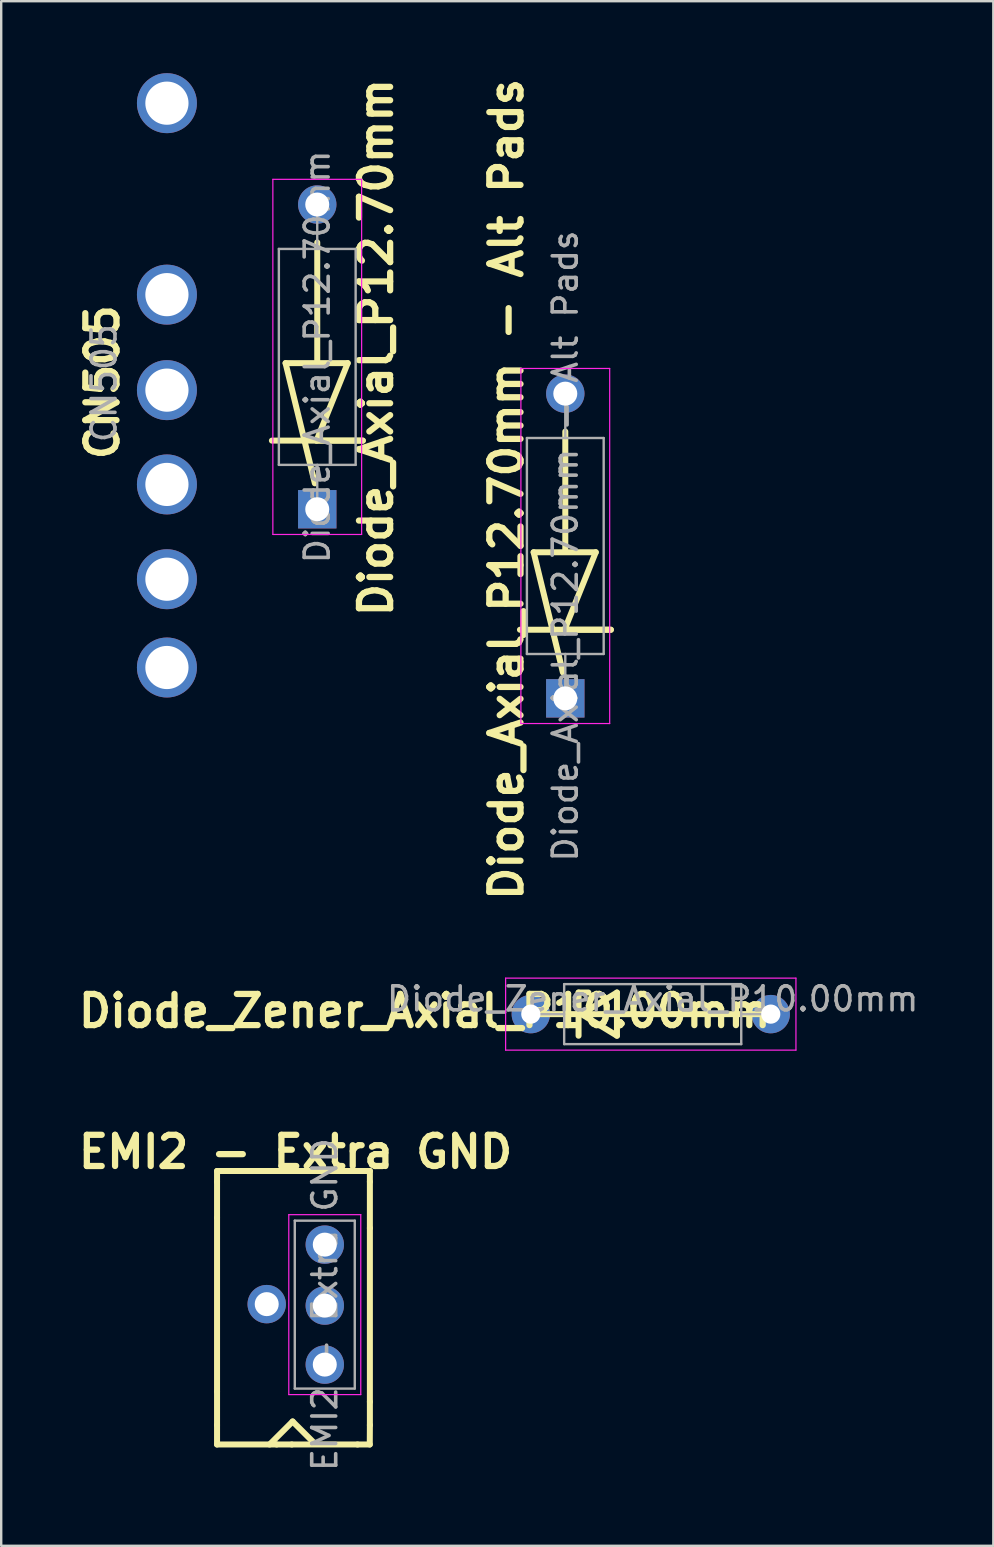
<source format=kicad_pcb>
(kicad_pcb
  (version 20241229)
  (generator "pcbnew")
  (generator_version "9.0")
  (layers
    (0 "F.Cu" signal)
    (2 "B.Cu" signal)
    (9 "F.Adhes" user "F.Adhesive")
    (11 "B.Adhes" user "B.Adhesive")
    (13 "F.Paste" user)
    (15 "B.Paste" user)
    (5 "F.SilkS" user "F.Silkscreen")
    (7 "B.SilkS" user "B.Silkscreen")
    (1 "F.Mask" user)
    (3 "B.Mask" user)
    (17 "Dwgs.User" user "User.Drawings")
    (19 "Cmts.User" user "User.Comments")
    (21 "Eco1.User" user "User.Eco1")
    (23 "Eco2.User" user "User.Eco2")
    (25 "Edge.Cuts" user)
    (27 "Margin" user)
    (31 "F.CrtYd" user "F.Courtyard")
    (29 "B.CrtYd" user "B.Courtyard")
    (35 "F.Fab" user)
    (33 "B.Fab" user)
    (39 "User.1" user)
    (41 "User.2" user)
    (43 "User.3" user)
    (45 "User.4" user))
  (footprint "Diode_Axial_P12.70mm"
    (layer "F.Cu")
    (at 10.202 18.184)
    (property "Reference" "Diode_Axial_P12.70mm" (at 2.42 -6.75 90) (layer "F.SilkS") (effects (font (size 1.3 1.3) (thickness 0.26) (bold yes))))
    (attr through_hole)
    (fp_line (start -1.35 -6.1) (end -0.13 -1.09) (stroke (width 0.25) (type default)) (layer "F.SilkS"))
    (fp_line (start -1.35 -6.1) (end 1.24 -6.1) (stroke (width 0.25) (type default)) (layer "F.SilkS"))
    (fp_line (start -0.06 -2.87) (end 1.87 -2.87) (stroke (width 0.25) (type default)) (layer "F.SilkS"))
    (fp_line (start -0.03 -11.13) (end -0.03 -6.11) (stroke (width 0.25) (type default)) (layer "F.SilkS"))
    (fp_line (start 1.24 -6.1) (end -0.06 -2.87) (stroke (width 0.25) (type default)) (layer "F.SilkS"))
    (fp_line (start 1.87 -2.87) (end -1.92 -2.87) (stroke (width 0.25) (type default)) (layer "F.SilkS"))
    (fp_line (start -1.88 -13.76) (end -1.88 1.04) (stroke (width 0.05) (type solid)) (layer "F.CrtYd"))
    (fp_line (start -1.88 1.04) (end 1.82 1.04) (stroke (width 0.05) (type solid)) (layer "F.CrtYd"))
    (fp_line (start 1.82 -13.76) (end -1.88 -13.76) (stroke (width 0.05) (type solid)) (layer "F.CrtYd"))
    (fp_line (start 1.82 1.04) (end 1.82 -13.76) (stroke (width 0.05) (type solid)) (layer "F.CrtYd"))
    (fp_line (start -1.63 -10.86) (end -1.63 -1.86) (stroke (width 0.1) (type solid)) (layer "F.Fab"))
    (fp_line (start -1.63 -1.86) (end 1.57 -1.86) (stroke (width 0.1) (type solid)) (layer "F.Fab"))
    (fp_line (start -0.03 -12.71) (end -0.03 -10.86) (stroke (width 0.1) (type solid)) (layer "F.Fab"))
    (fp_line (start -0.03 -0.01) (end -0.03 -1.86) (stroke (width 0.1) (type solid)) (layer "F.Fab"))
    (fp_line (start 1.57 -10.86) (end -1.63 -10.86) (stroke (width 0.1) (type solid)) (layer "F.Fab"))
    (fp_line (start 1.57 -1.86) (end 1.57 -10.86) (stroke (width 0.1) (type solid)) (layer "F.Fab"))
    (fp_text user "${REFERENCE}" (at -0.03 -6.36 90) (layer "F.Fab") (effects (font (size 1 1) (thickness 0.15))))
    (pad "1" thru_hole rect (at -0.03 -0.01 90) (size 1.6 1.6) (drill 1) (layers "*.Cu" "*.Mask"))
    (pad "2" thru_hole oval (at -0.03 -12.71 90) (size 1.6 1.6) (drill 1) (layers "*.Cu" "*.Mask")))
  (footprint "Diode_Zener_Axial_P10.00mm"
    (layer "F.Cu")
    (at 19.073 39.216)
    (property "Reference" "Diode_Zener_Axial_P10.00mm" (at -4.42 -0.13 180) (layer "F.SilkS") (effects (font (size 1.3 1.3) (thickness 0.26) (bold yes))))
    (attr through_hole)
    (fp_line (start 0 0) (end 10 0) (stroke (width 0.25) (type default)) (layer "F.SilkS"))
    (fp_line (start 1.99 -0.9) (end 1.99 0.9) (stroke (width 0.25) (type default)) (layer "F.SilkS"))
    (fp_line (start 1.99 -0.9) (end 2.4 -0.9) (stroke (width 0.25) (type default)) (layer "F.SilkS"))
    (fp_line (start 2.11 0) (end 3.59 -0.9) (stroke (width 0.25) (type default)) (layer "F.SilkS"))
    (fp_line (start 3.59 -0.9) (end 3.59 0.9) (stroke (width 0.25) (type default)) (layer "F.SilkS"))
    (fp_line (start 3.59 0.9) (end 2.11 0) (stroke (width 0.25) (type default)) (layer "F.SilkS"))
    (fp_line (start -1.05 -1.5) (end -1.05 1.5) (stroke (width 0.05) (type solid)) (layer "F.CrtYd"))
    (fp_line (start -1.05 1.5) (end 11.05 1.5) (stroke (width 0.05) (type solid)) (layer "F.CrtYd"))
    (fp_line (start 11.05 -1.5) (end -1.05 -1.5) (stroke (width 0.05) (type solid)) (layer "F.CrtYd"))
    (fp_line (start 11.05 1.5) (end 11.05 -1.5) (stroke (width 0.05) (type solid)) (layer "F.CrtYd"))
    (fp_line (start 0 0) (end 1.39 0) (stroke (width 0.1) (type solid)) (layer "F.Fab"))
    (fp_line (start 1.39 -1.25) (end 1.39 1.25) (stroke (width 0.1) (type solid)) (layer "F.Fab"))
    (fp_line (start 1.39 1.25) (end 8.77 1.25) (stroke (width 0.1) (type solid)) (layer "F.Fab"))
    (fp_line (start 8.77 -1.25) (end 1.39 -1.25) (stroke (width 0.1) (type solid)) (layer "F.Fab"))
    (fp_line (start 8.77 1.25) (end 8.77 -1.25) (stroke (width 0.1) (type solid)) (layer "F.Fab"))
    (fp_line (start 10.16 0) (end 8.77 0) (stroke (width 0.1) (type solid)) (layer "F.Fab"))
    (fp_text user "${REFERENCE}" (at 5.08 -0.635 180) (layer "F.Fab") (effects (font (size 1 1) (thickness 0.15))))
    (pad "1" thru_hole circle (at 0 0) (size 1.6 1.6) (drill 0.8) (layers "*.Cu" "*.Mask"))
    (pad "2" thru_hole oval (at 10 0) (size 1.6 1.6) (drill 0.8) (layers "*.Cu" "*.Mask")))
  (footprint "Diode_Axial_P12.70mm - Alt Pads"
    (layer "F.Cu")
    (at 20.54 26.066)
    (property "Reference" "Diode_Axial_P12.70mm - Alt Pads" (at -2.485 -8.72 90) (layer "F.SilkS") (effects (font (size 1.3 1.3) (thickness 0.26) (bold yes))))
    (attr through_hole)
    (fp_line (start -1.35 -6.1) (end -0.13 -1.09) (stroke (width 0.25) (type default)) (layer "F.SilkS"))
    (fp_line (start -1.35 -6.1) (end 1.24 -6.1) (stroke (width 0.25) (type default)) (layer "F.SilkS"))
    (fp_line (start -0.06 -2.87) (end 1.87 -2.87) (stroke (width 0.25) (type default)) (layer "F.SilkS"))
    (fp_line (start -0.03 -11.13) (end -0.03 -6.11) (stroke (width 0.25) (type default)) (layer "F.SilkS"))
    (fp_line (start 1.24 -6.1) (end -0.06 -2.87) (stroke (width 0.25) (type default)) (layer "F.SilkS"))
    (fp_line (start 1.87 -2.87) (end -1.92 -2.87) (stroke (width 0.25) (type default)) (layer "F.SilkS"))
    (fp_line (start -1.88 -13.76) (end -1.88 1.04) (stroke (width 0.05) (type solid)) (layer "F.CrtYd"))
    (fp_line (start -1.88 1.04) (end 1.82 1.04) (stroke (width 0.05) (type solid)) (layer "F.CrtYd"))
    (fp_line (start 1.82 -13.76) (end -1.88 -13.76) (stroke (width 0.05) (type solid)) (layer "F.CrtYd"))
    (fp_line (start 1.82 1.04) (end 1.82 -13.76) (stroke (width 0.05) (type solid)) (layer "F.CrtYd"))
    (fp_line (start -1.63 -10.86) (end -1.63 -1.86) (stroke (width 0.1) (type solid)) (layer "F.Fab"))
    (fp_line (start -1.63 -1.86) (end 1.57 -1.86) (stroke (width 0.1) (type solid)) (layer "F.Fab"))
    (fp_line (start -0.03 -12.71) (end -0.03 -10.86) (stroke (width 0.1) (type solid)) (layer "F.Fab"))
    (fp_line (start -0.03 -0.01) (end -0.03 -1.86) (stroke (width 0.1) (type solid)) (layer "F.Fab"))
    (fp_line (start 1.57 -10.86) (end -1.63 -10.86) (stroke (width 0.1) (type solid)) (layer "F.Fab"))
    (fp_line (start 1.57 -1.86) (end 1.57 -10.86) (stroke (width 0.1) (type solid)) (layer "F.Fab"))
    (fp_text user "${REFERENCE}" (at -0.03 -6.36 90) (layer "F.Fab") (effects (font (size 1 1) (thickness 0.15))))
    (pad "1" thru_hole oval (at -0.03 -12.71 90) (size 1.6 1.6) (drill 1) (layers "*.Cu" "*.Mask"))
    (pad "2" thru_hole rect (at -0.03 -0.01 90) (size 1.6 1.6) (drill 1) (layers "*.Cu" "*.Mask")))
  (footprint "CN505"
    (layer "F.Cu")
    (at 3.987 1.2)
    (property "Reference" "CN505" (at -2.77 11.68 270) (layer "F.SilkS") (effects (font (size 1.3 1.3) (thickness 0.26) (bold yes))))
    (attr through_hole)
    (fp_text user "${REFERENCE}" (at -2.7 11.72 270) (layer "F.Fab") (effects (font (size 1 1) (thickness 0.15))))
    (pad "1" thru_hole circle (at -0.08 0.05 270) (size 2.5 2.5) (drill 1.8) (layers "*.Cu" "*.Mask"))
    (pad "3" thru_hole circle (at -0.08 8.03 270) (size 2.5 2.5) (drill 1.8) (layers "*.Cu" "*.Mask"))
    (pad "4" thru_hole circle (at -0.08 12.01 270) (size 2.5 2.5) (drill 1.8) (layers "*.Cu" "*.Mask"))
    (pad "5" thru_hole circle (at -0.08 15.94 270) (size 2.5 2.5) (drill 1.8) (layers "*.Cu" "*.Mask"))
    (pad "6" thru_hole circle (at -0.08 19.89 270) (size 2.5 2.5) (drill 1.8) (layers "*.Cu" "*.Mask"))
    (pad "7" thru_hole circle (at -0.08 23.57 270) (size 2.5 2.5) (drill 1.8) (layers "*.Cu" "*.Mask")))
  (footprint "EMI2 - Extra GND"
    (layer "F.Cu")
    (at 8.016 51.273)
    (property "Reference" "EMI2 - Extra GND" (at 1.251 -6.315 180) (layer "F.SilkS") (effects (font (size 1.3 1.3) (thickness 0.26) (bold yes))))
    (attr through_hole)
    (fp_line (start -2.02 -5.07) (end -2.02 -5.52) (stroke (width 0.25) (type default)) (layer "F.SilkS"))
    (fp_line (start -2.02 -3.57) (end -2.02 -5.07) (stroke (width 0.25) (type default)) (layer "F.SilkS"))
    (fp_line (start -2.02 3.67) (end -2.02 -3.57) (stroke (width 0.25) (type default)) (layer "F.SilkS"))
    (fp_line (start -2.02 3.67) (end -2.02 5.07) (stroke (width 0.25) (type default)) (layer "F.SilkS"))
    (fp_line (start -2.02 5.07) (end -2.02 5.88) (stroke (width 0.25) (type default)) (layer "F.SilkS"))
    (fp_line (start 0.17 5.88) (end 1.13 4.92) (stroke (width 0.25) (type default)) (layer "F.SilkS"))
    (fp_line (start 0.465 5.88) (end -2.02 5.88) (stroke (width 0.25) (type default)) (layer "F.SilkS"))
    (fp_line (start 0.47 -5.52) (end -2.02 -5.52) (stroke (width 0.25) (type default)) (layer "F.SilkS"))
    (fp_line (start 1.095 5.88) (end 0.465 5.88) (stroke (width 0.25) (type default)) (layer "F.SilkS"))
    (fp_line (start 1.095 5.88) (end 3.835 5.88) (stroke (width 0.25) (type solid)) (layer "F.SilkS"))
    (fp_line (start 1.1 -5.52) (end 0.47 -5.52) (stroke (width 0.25) (type default)) (layer "F.SilkS"))
    (fp_line (start 1.1 -5.52) (end 3.84 -5.52) (stroke (width 0.25) (type solid)) (layer "F.SilkS"))
    (fp_line (start 1.13 4.92) (end 2.07 5.86) (stroke (width 0.25) (type default)) (layer "F.SilkS"))
    (fp_line (start 3.835 5.88) (end 4.345 5.88) (stroke (width 0.25) (type default)) (layer "F.SilkS"))
    (fp_line (start 3.84 -5.52) (end 4.35 -5.52) (stroke (width 0.25) (type default)) (layer "F.SilkS"))
    (fp_line (start 4.345 5.88) (end 4.35 5.07) (stroke (width 0.25) (type default)) (layer "F.SilkS"))
    (fp_line (start 4.35 -5.07) (end 4.35 -5.52) (stroke (width 0.25) (type default)) (layer "F.SilkS"))
    (fp_line (start 4.35 -3.14) (end 4.35 -5.07) (stroke (width 0.25) (type default)) (layer "F.SilkS"))
    (fp_line (start 4.35 4.1) (end 4.35 -3.14) (stroke (width 0.25) (type solid)) (layer "F.SilkS"))
    (fp_line (start 4.35 4.1) (end 4.35 5.07) (stroke (width 0.25) (type default)) (layer "F.SilkS"))
    (fp_line (start 0.97 -3.7) (end 0.97 3.8) (stroke (width 0.05) (type solid)) (layer "F.CrtYd"))
    (fp_line (start 0.97 3.8) (end 3.97 3.8) (stroke (width 0.05) (type solid)) (layer "F.CrtYd"))
    (fp_line (start 3.97 -3.7) (end 0.97 -3.7) (stroke (width 0.05) (type solid)) (layer "F.CrtYd"))
    (fp_line (start 3.97 3.8) (end 3.97 -3.7) (stroke (width 0.05) (type solid)) (layer "F.CrtYd"))
    (fp_line (start 1.22 -3.45) (end 1.22 3.55) (stroke (width 0.1) (type solid)) (layer "F.Fab"))
    (fp_line (start 1.22 3.55) (end 3.72 3.55) (stroke (width 0.1) (type solid)) (layer "F.Fab"))
    (fp_line (start 3.72 -3.45) (end 1.22 -3.45) (stroke (width 0.1) (type solid)) (layer "F.Fab"))
    (fp_line (start 3.72 3.55) (end 3.72 -3.45) (stroke (width 0.1) (type solid)) (layer "F.Fab"))
    (fp_text user "${REFERENCE}" (at 2.47 0.05 90) (layer "F.Fab") (effects (font (size 1 1) (thickness 0.15))))
    (pad "1" thru_hole circle (at 2.47 2.55 90) (size 1.6 1.6) (drill 1) (layers "*.Cu" "*.Mask"))
    (pad "2" thru_hole circle (at 0.05 0.03 90) (size 1.6 1.6) (drill 1) (layers "*.Cu" "*.Mask"))
    (pad "2" thru_hole circle (at 2.47 0.09 90) (size 1.6 1.6) (drill 1) (layers "*.Cu" "*.Mask"))
    (pad "3" thru_hole circle (at 2.47 -2.45 90) (size 1.6 1.6) (drill 1) (layers "*.Cu" "*.Mask")))
  (gr_rect
    (start -3 -3)
    (end 38.349 61.376)
    (stroke (width 0.1) (type default))
    (fill no)
    (layer "Edge.Cuts")))
</source>
